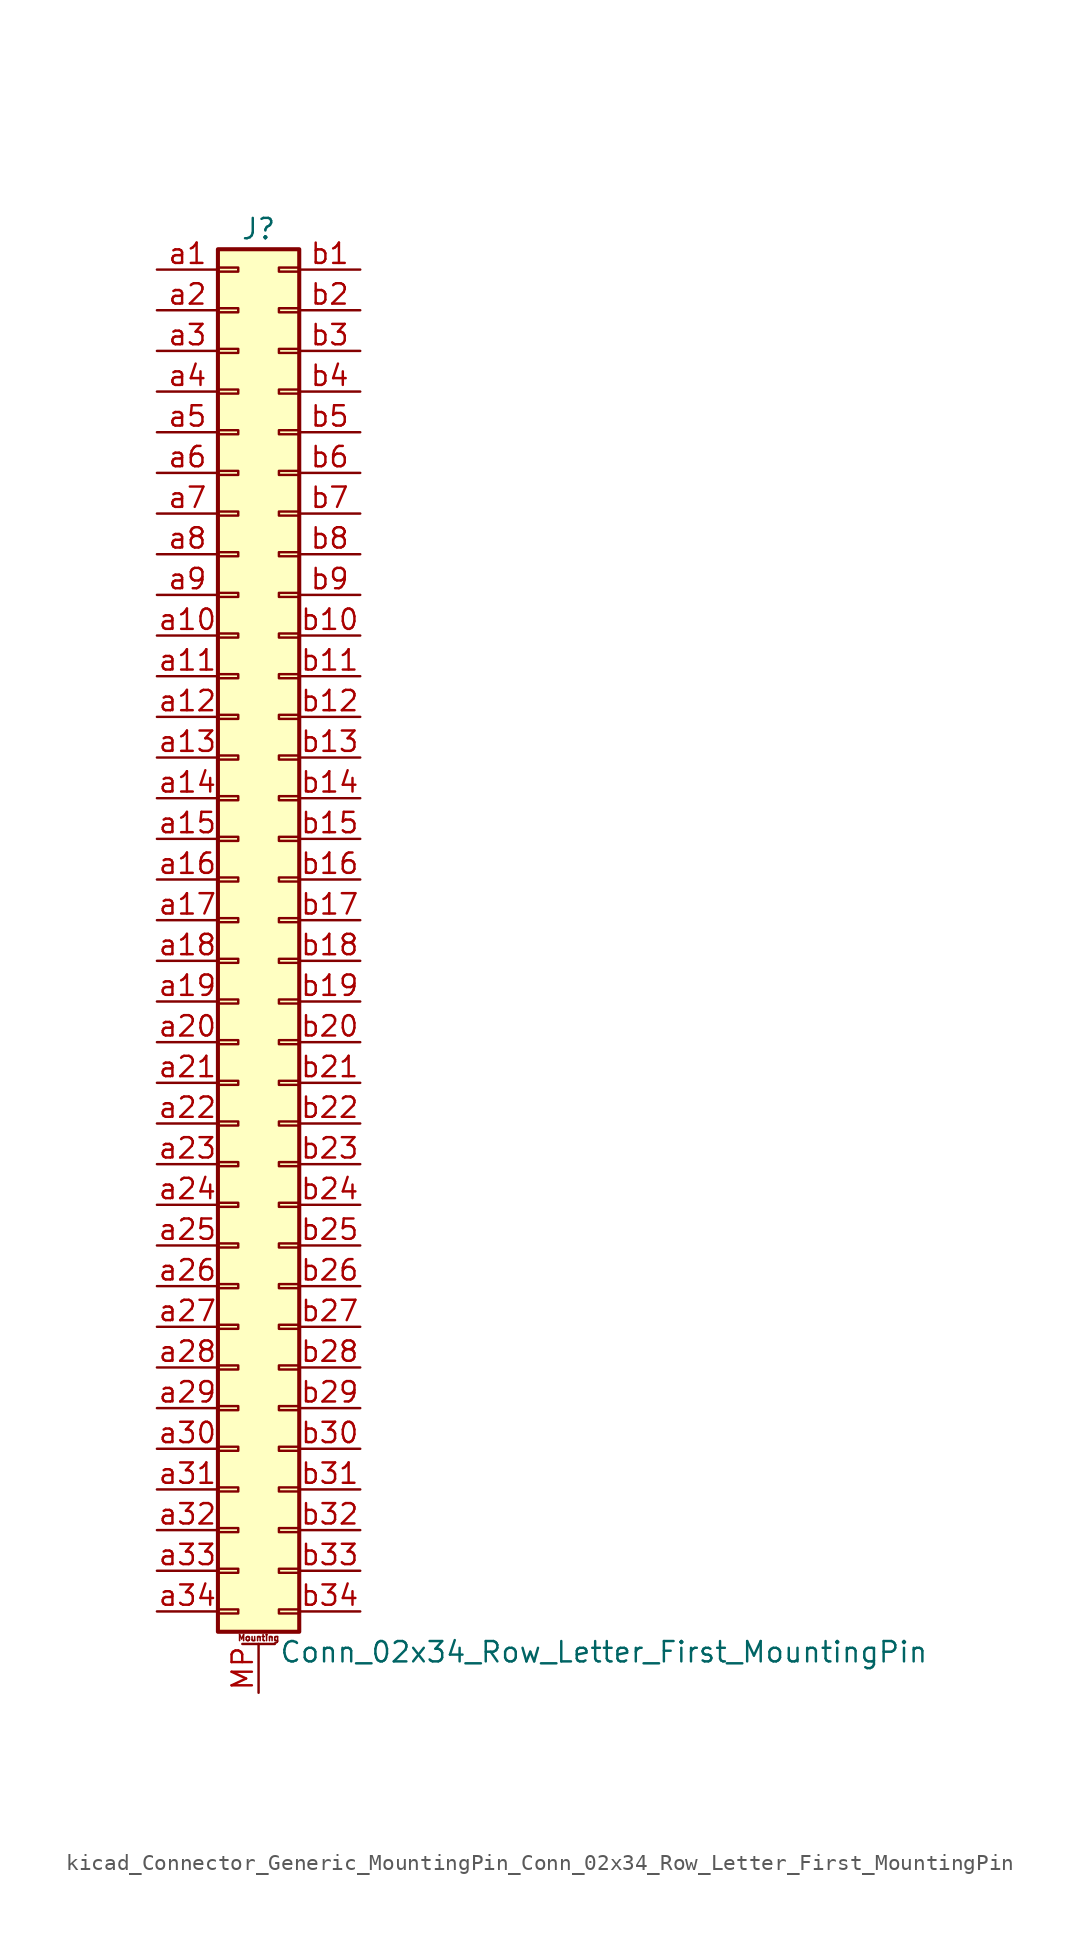
<source format=kicad_sym>
(kicad_symbol_lib
  (version 20220914)
  (generator kicad_symbol_editor)
  (symbol "kicad_Connector_Generic_MountingPin_Conn_02x34_Row_Letter_First_MountingPin"
    (pin_names
      (offset 1.016) hide)
    (property "Reference" "J"
      (at 1.27 43.18 0)
      (effects (font (size 1.27 1.27))))
    (property "Value" "Conn_02x34_Row_Letter_First_MountingPin"
      (at 2.54 -45.72 0)
      (effects (font (size 1.27 1.27)) (justify left)))
    (symbol "kicad_Connector_Generic_MountingPin_Conn_02x34_Row_Letter_First_MountingPin_1_1"
      (rectangle (start -1.27 -43.053) (end 0 -43.307) (stroke (width 0.152) (type default)) (fill (type none)))
      (rectangle (start -1.27 -40.513) (end 0 -40.767) (stroke (width 0.152) (type default)) (fill (type none)))
      (rectangle (start -1.27 -37.973) (end 0 -38.227) (stroke (width 0.152) (type default)) (fill (type none)))
      (rectangle (start -1.27 -35.433) (end 0 -35.687) (stroke (width 0.152) (type default)) (fill (type none)))
      (rectangle (start -1.27 -32.893) (end 0 -33.147) (stroke (width 0.152) (type default)) (fill (type none)))
      (rectangle (start -1.27 -30.353) (end 0 -30.607) (stroke (width 0.152) (type default)) (fill (type none)))
      (rectangle (start -1.27 -27.813) (end 0 -28.067) (stroke (width 0.152) (type default)) (fill (type none)))
      (rectangle (start -1.27 -25.273) (end 0 -25.527) (stroke (width 0.152) (type default)) (fill (type none)))
      (rectangle (start -1.27 -22.733) (end 0 -22.987) (stroke (width 0.152) (type default)) (fill (type none)))
      (rectangle (start -1.27 -20.193) (end 0 -20.447) (stroke (width 0.152) (type default)) (fill (type none)))
      (rectangle (start -1.27 -17.653) (end 0 -17.907) (stroke (width 0.152) (type default)) (fill (type none)))
      (rectangle (start -1.27 -15.113) (end 0 -15.367) (stroke (width 0.152) (type default)) (fill (type none)))
      (rectangle (start -1.27 -12.573) (end 0 -12.827) (stroke (width 0.152) (type default)) (fill (type none)))
      (rectangle (start -1.27 -10.033) (end 0 -10.287) (stroke (width 0.152) (type default)) (fill (type none)))
      (rectangle (start -1.27 -7.493) (end 0 -7.747) (stroke (width 0.152) (type default)) (fill (type none)))
      (rectangle (start -1.27 -4.953) (end 0 -5.207) (stroke (width 0.152) (type default)) (fill (type none)))
      (rectangle (start -1.27 -2.413) (end 0 -2.667) (stroke (width 0.152) (type default)) (fill (type none)))
      (rectangle (start -1.27 0.127) (end 0 -0.127) (stroke (width 0.152) (type default)) (fill (type none)))
      (rectangle (start -1.27 2.667) (end 0 2.413) (stroke (width 0.152) (type default)) (fill (type none)))
      (rectangle (start -1.27 5.207) (end 0 4.953) (stroke (width 0.152) (type default)) (fill (type none)))
      (rectangle (start -1.27 7.747) (end 0 7.493) (stroke (width 0.152) (type default)) (fill (type none)))
      (rectangle (start -1.27 10.287) (end 0 10.033) (stroke (width 0.152) (type default)) (fill (type none)))
      (rectangle (start -1.27 12.827) (end 0 12.573) (stroke (width 0.152) (type default)) (fill (type none)))
      (rectangle (start -1.27 15.367) (end 0 15.113) (stroke (width 0.152) (type default)) (fill (type none)))
      (rectangle (start -1.27 17.907) (end 0 17.653) (stroke (width 0.152) (type default)) (fill (type none)))
      (rectangle (start -1.27 20.447) (end 0 20.193) (stroke (width 0.152) (type default)) (fill (type none)))
      (rectangle (start -1.27 22.987) (end 0 22.733) (stroke (width 0.152) (type default)) (fill (type none)))
      (rectangle (start -1.27 25.527) (end 0 25.273) (stroke (width 0.152) (type default)) (fill (type none)))
      (rectangle (start -1.27 28.067) (end 0 27.813) (stroke (width 0.152) (type default)) (fill (type none)))
      (rectangle (start -1.27 30.607) (end 0 30.353) (stroke (width 0.152) (type default)) (fill (type none)))
      (rectangle (start -1.27 33.147) (end 0 32.893) (stroke (width 0.152) (type default)) (fill (type none)))
      (rectangle (start -1.27 35.687) (end 0 35.433) (stroke (width 0.152) (type default)) (fill (type none)))
      (rectangle (start -1.27 38.227) (end 0 37.973) (stroke (width 0.152) (type default)) (fill (type none)))
      (rectangle (start -1.27 40.767) (end 0 40.513) (stroke (width 0.152) (type default)) (fill (type none)))
      (rectangle (start -1.27 41.91) (end 3.81 -44.45) (stroke (width 0.254) (type default)) (fill (type background)))
      (polyline (pts (xy 0.254 -45.212) (xy 2.286 -45.212)) (stroke (width 0.152) (type default)) (fill (type none)))
      (rectangle (start 3.81 -43.053) (end 2.54 -43.307) (stroke (width 0.152) (type default)) (fill (type none)))
      (rectangle (start 3.81 -40.513) (end 2.54 -40.767) (stroke (width 0.152) (type default)) (fill (type none)))
      (rectangle (start 3.81 -37.973) (end 2.54 -38.227) (stroke (width 0.152) (type default)) (fill (type none)))
      (rectangle (start 3.81 -35.433) (end 2.54 -35.687) (stroke (width 0.152) (type default)) (fill (type none)))
      (rectangle (start 3.81 -32.893) (end 2.54 -33.147) (stroke (width 0.152) (type default)) (fill (type none)))
      (rectangle (start 3.81 -30.353) (end 2.54 -30.607) (stroke (width 0.152) (type default)) (fill (type none)))
      (rectangle (start 3.81 -27.813) (end 2.54 -28.067) (stroke (width 0.152) (type default)) (fill (type none)))
      (rectangle (start 3.81 -25.273) (end 2.54 -25.527) (stroke (width 0.152) (type default)) (fill (type none)))
      (rectangle (start 3.81 -22.733) (end 2.54 -22.987) (stroke (width 0.152) (type default)) (fill (type none)))
      (rectangle (start 3.81 -20.193) (end 2.54 -20.447) (stroke (width 0.152) (type default)) (fill (type none)))
      (rectangle (start 3.81 -17.653) (end 2.54 -17.907) (stroke (width 0.152) (type default)) (fill (type none)))
      (rectangle (start 3.81 -15.113) (end 2.54 -15.367) (stroke (width 0.152) (type default)) (fill (type none)))
      (rectangle (start 3.81 -12.573) (end 2.54 -12.827) (stroke (width 0.152) (type default)) (fill (type none)))
      (rectangle (start 3.81 -10.033) (end 2.54 -10.287) (stroke (width 0.152) (type default)) (fill (type none)))
      (rectangle (start 3.81 -7.493) (end 2.54 -7.747) (stroke (width 0.152) (type default)) (fill (type none)))
      (rectangle (start 3.81 -4.953) (end 2.54 -5.207) (stroke (width 0.152) (type default)) (fill (type none)))
      (rectangle (start 3.81 -2.413) (end 2.54 -2.667) (stroke (width 0.152) (type default)) (fill (type none)))
      (rectangle (start 3.81 0.127) (end 2.54 -0.127) (stroke (width 0.152) (type default)) (fill (type none)))
      (rectangle (start 3.81 2.667) (end 2.54 2.413) (stroke (width 0.152) (type default)) (fill (type none)))
      (rectangle (start 3.81 5.207) (end 2.54 4.953) (stroke (width 0.152) (type default)) (fill (type none)))
      (rectangle (start 3.81 7.747) (end 2.54 7.493) (stroke (width 0.152) (type default)) (fill (type none)))
      (rectangle (start 3.81 10.287) (end 2.54 10.033) (stroke (width 0.152) (type default)) (fill (type none)))
      (rectangle (start 3.81 12.827) (end 2.54 12.573) (stroke (width 0.152) (type default)) (fill (type none)))
      (rectangle (start 3.81 15.367) (end 2.54 15.113) (stroke (width 0.152) (type default)) (fill (type none)))
      (rectangle (start 3.81 17.907) (end 2.54 17.653) (stroke (width 0.152) (type default)) (fill (type none)))
      (rectangle (start 3.81 20.447) (end 2.54 20.193) (stroke (width 0.152) (type default)) (fill (type none)))
      (rectangle (start 3.81 22.987) (end 2.54 22.733) (stroke (width 0.152) (type default)) (fill (type none)))
      (rectangle (start 3.81 25.527) (end 2.54 25.273) (stroke (width 0.152) (type default)) (fill (type none)))
      (rectangle (start 3.81 28.067) (end 2.54 27.813) (stroke (width 0.152) (type default)) (fill (type none)))
      (rectangle (start 3.81 30.607) (end 2.54 30.353) (stroke (width 0.152) (type default)) (fill (type none)))
      (rectangle (start 3.81 33.147) (end 2.54 32.893) (stroke (width 0.152) (type default)) (fill (type none)))
      (rectangle (start 3.81 35.687) (end 2.54 35.433) (stroke (width 0.152) (type default)) (fill (type none)))
      (rectangle (start 3.81 38.227) (end 2.54 37.973) (stroke (width 0.152) (type default)) (fill (type none)))
      (rectangle (start 3.81 40.767) (end 2.54 40.513) (stroke (width 0.152) (type default)) (fill (type none)))
      (text "Mounting" (at 1.27 -44.831 0) (effects (font (size 0.381 0.381))))
      (pin passive line (at 1.27 -48.26 90) (length 3.048) (name "MountPin" (effects (font (size 1.27 1.27)))) (number "MP" (effects (font (size 1.27 1.27)))))
      (pin passive line (at -5.08 40.64 0) (length 3.81) (name "Pin_a1" (effects (font (size 1.27 1.27)))) (number "a1" (effects (font (size 1.27 1.27)))))
      (pin passive line (at -5.08 17.78 0) (length 3.81) (name "Pin_a10" (effects (font (size 1.27 1.27)))) (number "a10" (effects (font (size 1.27 1.27)))))
      (pin passive line (at -5.08 15.24 0) (length 3.81) (name "Pin_a11" (effects (font (size 1.27 1.27)))) (number "a11" (effects (font (size 1.27 1.27)))))
      (pin passive line (at -5.08 12.7 0) (length 3.81) (name "Pin_a12" (effects (font (size 1.27 1.27)))) (number "a12" (effects (font (size 1.27 1.27)))))
      (pin passive line (at -5.08 10.16 0) (length 3.81) (name "Pin_a13" (effects (font (size 1.27 1.27)))) (number "a13" (effects (font (size 1.27 1.27)))))
      (pin passive line (at -5.08 7.62 0) (length 3.81) (name "Pin_a14" (effects (font (size 1.27 1.27)))) (number "a14" (effects (font (size 1.27 1.27)))))
      (pin passive line (at -5.08 5.08 0) (length 3.81) (name "Pin_a15" (effects (font (size 1.27 1.27)))) (number "a15" (effects (font (size 1.27 1.27)))))
      (pin passive line (at -5.08 2.54 0) (length 3.81) (name "Pin_a16" (effects (font (size 1.27 1.27)))) (number "a16" (effects (font (size 1.27 1.27)))))
      (pin passive line (at -5.08 0 0) (length 3.81) (name "Pin_a17" (effects (font (size 1.27 1.27)))) (number "a17" (effects (font (size 1.27 1.27)))))
      (pin passive line (at -5.08 -2.54 0) (length 3.81) (name "Pin_a18" (effects (font (size 1.27 1.27)))) (number "a18" (effects (font (size 1.27 1.27)))))
      (pin passive line (at -5.08 -5.08 0) (length 3.81) (name "Pin_a19" (effects (font (size 1.27 1.27)))) (number "a19" (effects (font (size 1.27 1.27)))))
      (pin passive line (at -5.08 38.1 0) (length 3.81) (name "Pin_a2" (effects (font (size 1.27 1.27)))) (number "a2" (effects (font (size 1.27 1.27)))))
      (pin passive line (at -5.08 -7.62 0) (length 3.81) (name "Pin_a20" (effects (font (size 1.27 1.27)))) (number "a20" (effects (font (size 1.27 1.27)))))
      (pin passive line (at -5.08 -10.16 0) (length 3.81) (name "Pin_a21" (effects (font (size 1.27 1.27)))) (number "a21" (effects (font (size 1.27 1.27)))))
      (pin passive line (at -5.08 -12.7 0) (length 3.81) (name "Pin_a22" (effects (font (size 1.27 1.27)))) (number "a22" (effects (font (size 1.27 1.27)))))
      (pin passive line (at -5.08 -15.24 0) (length 3.81) (name "Pin_a23" (effects (font (size 1.27 1.27)))) (number "a23" (effects (font (size 1.27 1.27)))))
      (pin passive line (at -5.08 -17.78 0) (length 3.81) (name "Pin_a24" (effects (font (size 1.27 1.27)))) (number "a24" (effects (font (size 1.27 1.27)))))
      (pin passive line (at -5.08 -20.32 0) (length 3.81) (name "Pin_a25" (effects (font (size 1.27 1.27)))) (number "a25" (effects (font (size 1.27 1.27)))))
      (pin passive line (at -5.08 -22.86 0) (length 3.81) (name "Pin_a26" (effects (font (size 1.27 1.27)))) (number "a26" (effects (font (size 1.27 1.27)))))
      (pin passive line (at -5.08 -25.4 0) (length 3.81) (name "Pin_a27" (effects (font (size 1.27 1.27)))) (number "a27" (effects (font (size 1.27 1.27)))))
      (pin passive line (at -5.08 -27.94 0) (length 3.81) (name "Pin_a28" (effects (font (size 1.27 1.27)))) (number "a28" (effects (font (size 1.27 1.27)))))
      (pin passive line (at -5.08 -30.48 0) (length 3.81) (name "Pin_a29" (effects (font (size 1.27 1.27)))) (number "a29" (effects (font (size 1.27 1.27)))))
      (pin passive line (at -5.08 35.56 0) (length 3.81) (name "Pin_a3" (effects (font (size 1.27 1.27)))) (number "a3" (effects (font (size 1.27 1.27)))))
      (pin passive line (at -5.08 -33.02 0) (length 3.81) (name "Pin_a30" (effects (font (size 1.27 1.27)))) (number "a30" (effects (font (size 1.27 1.27)))))
      (pin passive line (at -5.08 -35.56 0) (length 3.81) (name "Pin_a31" (effects (font (size 1.27 1.27)))) (number "a31" (effects (font (size 1.27 1.27)))))
      (pin passive line (at -5.08 -38.1 0) (length 3.81) (name "Pin_a32" (effects (font (size 1.27 1.27)))) (number "a32" (effects (font (size 1.27 1.27)))))
      (pin passive line (at -5.08 -40.64 0) (length 3.81) (name "Pin_a33" (effects (font (size 1.27 1.27)))) (number "a33" (effects (font (size 1.27 1.27)))))
      (pin passive line (at -5.08 -43.18 0) (length 3.81) (name "Pin_a34" (effects (font (size 1.27 1.27)))) (number "a34" (effects (font (size 1.27 1.27)))))
      (pin passive line (at -5.08 33.02 0) (length 3.81) (name "Pin_a4" (effects (font (size 1.27 1.27)))) (number "a4" (effects (font (size 1.27 1.27)))))
      (pin passive line (at -5.08 30.48 0) (length 3.81) (name "Pin_a5" (effects (font (size 1.27 1.27)))) (number "a5" (effects (font (size 1.27 1.27)))))
      (pin passive line (at -5.08 27.94 0) (length 3.81) (name "Pin_a6" (effects (font (size 1.27 1.27)))) (number "a6" (effects (font (size 1.27 1.27)))))
      (pin passive line (at -5.08 25.4 0) (length 3.81) (name "Pin_a7" (effects (font (size 1.27 1.27)))) (number "a7" (effects (font (size 1.27 1.27)))))
      (pin passive line (at -5.08 22.86 0) (length 3.81) (name "Pin_a8" (effects (font (size 1.27 1.27)))) (number "a8" (effects (font (size 1.27 1.27)))))
      (pin passive line (at -5.08 20.32 0) (length 3.81) (name "Pin_a9" (effects (font (size 1.27 1.27)))) (number "a9" (effects (font (size 1.27 1.27)))))
      (pin passive line (at 7.62 40.64 180) (length 3.81) (name "Pin_b1" (effects (font (size 1.27 1.27)))) (number "b1" (effects (font (size 1.27 1.27)))))
      (pin passive line (at 7.62 17.78 180) (length 3.81) (name "Pin_b10" (effects (font (size 1.27 1.27)))) (number "b10" (effects (font (size 1.27 1.27)))))
      (pin passive line (at 7.62 15.24 180) (length 3.81) (name "Pin_b11" (effects (font (size 1.27 1.27)))) (number "b11" (effects (font (size 1.27 1.27)))))
      (pin passive line (at 7.62 12.7 180) (length 3.81) (name "Pin_b12" (effects (font (size 1.27 1.27)))) (number "b12" (effects (font (size 1.27 1.27)))))
      (pin passive line (at 7.62 10.16 180) (length 3.81) (name "Pin_b13" (effects (font (size 1.27 1.27)))) (number "b13" (effects (font (size 1.27 1.27)))))
      (pin passive line (at 7.62 7.62 180) (length 3.81) (name "Pin_b14" (effects (font (size 1.27 1.27)))) (number "b14" (effects (font (size 1.27 1.27)))))
      (pin passive line (at 7.62 5.08 180) (length 3.81) (name "Pin_b15" (effects (font (size 1.27 1.27)))) (number "b15" (effects (font (size 1.27 1.27)))))
      (pin passive line (at 7.62 2.54 180) (length 3.81) (name "Pin_b16" (effects (font (size 1.27 1.27)))) (number "b16" (effects (font (size 1.27 1.27)))))
      (pin passive line (at 7.62 0 180) (length 3.81) (name "Pin_b17" (effects (font (size 1.27 1.27)))) (number "b17" (effects (font (size 1.27 1.27)))))
      (pin passive line (at 7.62 -2.54 180) (length 3.81) (name "Pin_b18" (effects (font (size 1.27 1.27)))) (number "b18" (effects (font (size 1.27 1.27)))))
      (pin passive line (at 7.62 -5.08 180) (length 3.81) (name "Pin_b19" (effects (font (size 1.27 1.27)))) (number "b19" (effects (font (size 1.27 1.27)))))
      (pin passive line (at 7.62 38.1 180) (length 3.81) (name "Pin_b2" (effects (font (size 1.27 1.27)))) (number "b2" (effects (font (size 1.27 1.27)))))
      (pin passive line (at 7.62 -7.62 180) (length 3.81) (name "Pin_b20" (effects (font (size 1.27 1.27)))) (number "b20" (effects (font (size 1.27 1.27)))))
      (pin passive line (at 7.62 -10.16 180) (length 3.81) (name "Pin_b21" (effects (font (size 1.27 1.27)))) (number "b21" (effects (font (size 1.27 1.27)))))
      (pin passive line (at 7.62 -12.7 180) (length 3.81) (name "Pin_b22" (effects (font (size 1.27 1.27)))) (number "b22" (effects (font (size 1.27 1.27)))))
      (pin passive line (at 7.62 -15.24 180) (length 3.81) (name "Pin_b23" (effects (font (size 1.27 1.27)))) (number "b23" (effects (font (size 1.27 1.27)))))
      (pin passive line (at 7.62 -17.78 180) (length 3.81) (name "Pin_b24" (effects (font (size 1.27 1.27)))) (number "b24" (effects (font (size 1.27 1.27)))))
      (pin passive line (at 7.62 -20.32 180) (length 3.81) (name "Pin_b25" (effects (font (size 1.27 1.27)))) (number "b25" (effects (font (size 1.27 1.27)))))
      (pin passive line (at 7.62 -22.86 180) (length 3.81) (name "Pin_b26" (effects (font (size 1.27 1.27)))) (number "b26" (effects (font (size 1.27 1.27)))))
      (pin passive line (at 7.62 -25.4 180) (length 3.81) (name "Pin_b27" (effects (font (size 1.27 1.27)))) (number "b27" (effects (font (size 1.27 1.27)))))
      (pin passive line (at 7.62 -27.94 180) (length 3.81) (name "Pin_b28" (effects (font (size 1.27 1.27)))) (number "b28" (effects (font (size 1.27 1.27)))))
      (pin passive line (at 7.62 -30.48 180) (length 3.81) (name "Pin_b29" (effects (font (size 1.27 1.27)))) (number "b29" (effects (font (size 1.27 1.27)))))
      (pin passive line (at 7.62 35.56 180) (length 3.81) (name "Pin_b3" (effects (font (size 1.27 1.27)))) (number "b3" (effects (font (size 1.27 1.27)))))
      (pin passive line (at 7.62 -33.02 180) (length 3.81) (name "Pin_b30" (effects (font (size 1.27 1.27)))) (number "b30" (effects (font (size 1.27 1.27)))))
      (pin passive line (at 7.62 -35.56 180) (length 3.81) (name "Pin_b31" (effects (font (size 1.27 1.27)))) (number "b31" (effects (font (size 1.27 1.27)))))
      (pin passive line (at 7.62 -38.1 180) (length 3.81) (name "Pin_b32" (effects (font (size 1.27 1.27)))) (number "b32" (effects (font (size 1.27 1.27)))))
      (pin passive line (at 7.62 -40.64 180) (length 3.81) (name "Pin_b33" (effects (font (size 1.27 1.27)))) (number "b33" (effects (font (size 1.27 1.27)))))
      (pin passive line (at 7.62 -43.18 180) (length 3.81) (name "Pin_b34" (effects (font (size 1.27 1.27)))) (number "b34" (effects (font (size 1.27 1.27)))))
      (pin passive line (at 7.62 33.02 180) (length 3.81) (name "Pin_b4" (effects (font (size 1.27 1.27)))) (number "b4" (effects (font (size 1.27 1.27)))))
      (pin passive line (at 7.62 30.48 180) (length 3.81) (name "Pin_b5" (effects (font (size 1.27 1.27)))) (number "b5" (effects (font (size 1.27 1.27)))))
      (pin passive line (at 7.62 27.94 180) (length 3.81) (name "Pin_b6" (effects (font (size 1.27 1.27)))) (number "b6" (effects (font (size 1.27 1.27)))))
      (pin passive line (at 7.62 25.4 180) (length 3.81) (name "Pin_b7" (effects (font (size 1.27 1.27)))) (number "b7" (effects (font (size 1.27 1.27)))))
      (pin passive line (at 7.62 22.86 180) (length 3.81) (name "Pin_b8" (effects (font (size 1.27 1.27)))) (number "b8" (effects (font (size 1.27 1.27)))))
      (pin passive line (at 7.62 20.32 180) (length 3.81) (name "Pin_b9" (effects (font (size 1.27 1.27)))) (number "b9" (effects (font (size 1.27 1.27))))))))
</source>
